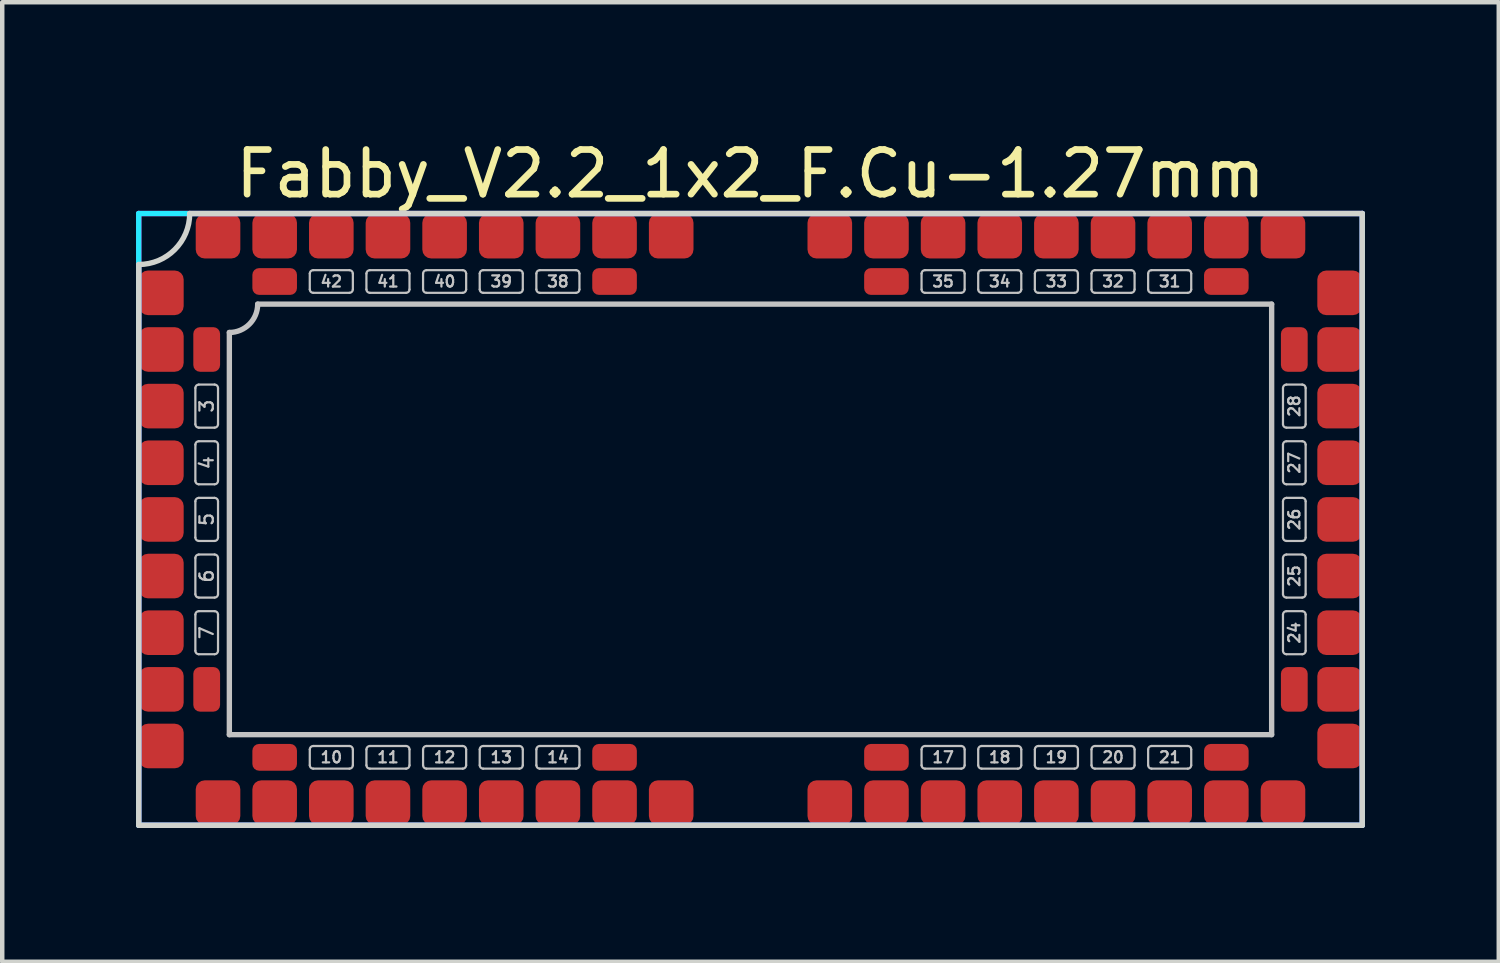
<source format=kicad_pcb>
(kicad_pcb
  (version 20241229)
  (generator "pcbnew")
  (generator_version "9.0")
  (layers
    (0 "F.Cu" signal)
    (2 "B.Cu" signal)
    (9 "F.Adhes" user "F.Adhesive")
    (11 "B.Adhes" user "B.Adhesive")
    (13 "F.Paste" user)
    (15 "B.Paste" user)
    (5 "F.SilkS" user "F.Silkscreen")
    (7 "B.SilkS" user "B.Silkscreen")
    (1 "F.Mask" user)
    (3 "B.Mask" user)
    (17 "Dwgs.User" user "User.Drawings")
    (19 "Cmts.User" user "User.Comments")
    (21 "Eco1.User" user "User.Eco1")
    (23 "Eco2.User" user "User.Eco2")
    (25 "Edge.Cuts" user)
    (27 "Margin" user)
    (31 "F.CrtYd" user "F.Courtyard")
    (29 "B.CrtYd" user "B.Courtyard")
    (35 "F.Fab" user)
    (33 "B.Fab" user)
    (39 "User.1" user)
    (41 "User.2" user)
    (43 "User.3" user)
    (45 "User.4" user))
  (footprint "Fabby_V2.2_1x2_F.Cu-1.27mm"
    (layer "F.Cu")
    (at 13.776 8.595)
    (property "Reference" "Fabby_V2.2_1x2_F.Cu-1.27mm" (at 0 -7.747 0) (layer "F.SilkS") (effects (font (size 1 1) (thickness 0.15))))
    (attr through_hole)
    (fp_line (start -12.446 -2.134) (end -12.446 -2.946) (stroke (width 0.05) (type solid)) (layer "Dwgs.User"))
    (fp_line (start -12.446 -0.864) (end -12.446 -1.676) (stroke (width 0.05) (type solid)) (layer "Dwgs.User"))
    (fp_line (start -12.446 0.406) (end -12.446 -0.406) (stroke (width 0.05) (type solid)) (layer "Dwgs.User"))
    (fp_line (start -12.446 1.676) (end -12.446 0.864) (stroke (width 0.05) (type solid)) (layer "Dwgs.User"))
    (fp_line (start -12.446 2.946) (end -12.446 2.134) (stroke (width 0.05) (type solid)) (layer "Dwgs.User"))
    (fp_line (start -12.37 -3.023) (end -12.014 -3.023) (stroke (width 0.05) (type solid)) (layer "Dwgs.User"))
    (fp_line (start -12.37 -2.057) (end -12.014 -2.057) (stroke (width 0.05) (type solid)) (layer "Dwgs.User"))
    (fp_line (start -12.37 -1.753) (end -12.014 -1.753) (stroke (width 0.05) (type solid)) (layer "Dwgs.User"))
    (fp_line (start -12.37 -0.787) (end -12.014 -0.787) (stroke (width 0.05) (type solid)) (layer "Dwgs.User"))
    (fp_line (start -12.37 -0.483) (end -12.014 -0.483) (stroke (width 0.05) (type solid)) (layer "Dwgs.User"))
    (fp_line (start -12.37 0.483) (end -12.014 0.483) (stroke (width 0.05) (type solid)) (layer "Dwgs.User"))
    (fp_line (start -12.37 0.787) (end -12.014 0.787) (stroke (width 0.05) (type solid)) (layer "Dwgs.User"))
    (fp_line (start -12.37 1.753) (end -12.014 1.753) (stroke (width 0.05) (type solid)) (layer "Dwgs.User"))
    (fp_line (start -12.37 2.057) (end -12.014 2.057) (stroke (width 0.05) (type solid)) (layer "Dwgs.User"))
    (fp_line (start -12.37 3.023) (end -12.014 3.023) (stroke (width 0.05) (type solid)) (layer "Dwgs.User"))
    (fp_line (start -11.938 -2.134) (end -11.938 -2.946) (stroke (width 0.05) (type solid)) (layer "Dwgs.User"))
    (fp_line (start -11.938 -0.864) (end -11.938 -1.676) (stroke (width 0.05) (type solid)) (layer "Dwgs.User"))
    (fp_line (start -11.938 0.406) (end -11.938 -0.406) (stroke (width 0.05) (type solid)) (layer "Dwgs.User"))
    (fp_line (start -11.938 1.676) (end -11.938 0.864) (stroke (width 0.05) (type solid)) (layer "Dwgs.User"))
    (fp_line (start -11.938 2.946) (end -11.938 2.134) (stroke (width 0.05) (type solid)) (layer "Dwgs.User"))
    (fp_line (start -11.684 4.826) (end -11.684 -4.191) (stroke (width 0.12) (type solid)) (layer "Dwgs.User"))
    (fp_line (start -11.049 -4.826) (end 11.684 -4.826) (stroke (width 0.12) (type solid)) (layer "Dwgs.User"))
    (fp_line (start -9.881 -5.156) (end -9.881 -5.512) (stroke (width 0.05) (type solid)) (layer "Dwgs.User"))
    (fp_line (start -9.881 5.512) (end -9.881 5.156) (stroke (width 0.05) (type solid)) (layer "Dwgs.User"))
    (fp_line (start -8.992 -5.588) (end -9.804 -5.588) (stroke (width 0.05) (type solid)) (layer "Dwgs.User"))
    (fp_line (start -8.992 -5.08) (end -9.804 -5.08) (stroke (width 0.05) (type solid)) (layer "Dwgs.User"))
    (fp_line (start -8.992 5.08) (end -9.804 5.08) (stroke (width 0.05) (type solid)) (layer "Dwgs.User"))
    (fp_line (start -8.992 5.588) (end -9.804 5.588) (stroke (width 0.05) (type solid)) (layer "Dwgs.User"))
    (fp_line (start -8.915 -5.156) (end -8.915 -5.512) (stroke (width 0.05) (type solid)) (layer "Dwgs.User"))
    (fp_line (start -8.915 5.512) (end -8.915 5.156) (stroke (width 0.05) (type solid)) (layer "Dwgs.User"))
    (fp_line (start -8.611 -5.156) (end -8.611 -5.512) (stroke (width 0.05) (type solid)) (layer "Dwgs.User"))
    (fp_line (start -8.611 5.512) (end -8.611 5.156) (stroke (width 0.05) (type solid)) (layer "Dwgs.User"))
    (fp_line (start -7.722 -5.588) (end -8.534 -5.588) (stroke (width 0.05) (type solid)) (layer "Dwgs.User"))
    (fp_line (start -7.722 -5.08) (end -8.534 -5.08) (stroke (width 0.05) (type solid)) (layer "Dwgs.User"))
    (fp_line (start -7.722 5.08) (end -8.534 5.08) (stroke (width 0.05) (type solid)) (layer "Dwgs.User"))
    (fp_line (start -7.722 5.588) (end -8.534 5.588) (stroke (width 0.05) (type solid)) (layer "Dwgs.User"))
    (fp_line (start -7.645 -5.156) (end -7.645 -5.512) (stroke (width 0.05) (type solid)) (layer "Dwgs.User"))
    (fp_line (start -7.645 5.512) (end -7.645 5.156) (stroke (width 0.05) (type solid)) (layer "Dwgs.User"))
    (fp_line (start -7.341 -5.156) (end -7.341 -5.512) (stroke (width 0.05) (type solid)) (layer "Dwgs.User"))
    (fp_line (start -7.341 5.512) (end -7.341 5.156) (stroke (width 0.05) (type solid)) (layer "Dwgs.User"))
    (fp_line (start -6.452 -5.588) (end -7.264 -5.588) (stroke (width 0.05) (type solid)) (layer "Dwgs.User"))
    (fp_line (start -6.452 -5.08) (end -7.264 -5.08) (stroke (width 0.05) (type solid)) (layer "Dwgs.User"))
    (fp_line (start -6.452 5.08) (end -7.264 5.08) (stroke (width 0.05) (type solid)) (layer "Dwgs.User"))
    (fp_line (start -6.452 5.588) (end -7.264 5.588) (stroke (width 0.05) (type solid)) (layer "Dwgs.User"))
    (fp_line (start -6.375 -5.156) (end -6.375 -5.512) (stroke (width 0.05) (type solid)) (layer "Dwgs.User"))
    (fp_line (start -6.375 5.512) (end -6.375 5.156) (stroke (width 0.05) (type solid)) (layer "Dwgs.User"))
    (fp_line (start -6.071 -5.156) (end -6.071 -5.512) (stroke (width 0.05) (type solid)) (layer "Dwgs.User"))
    (fp_line (start -6.071 5.512) (end -6.071 5.156) (stroke (width 0.05) (type solid)) (layer "Dwgs.User"))
    (fp_line (start -5.182 -5.588) (end -5.994 -5.588) (stroke (width 0.05) (type solid)) (layer "Dwgs.User"))
    (fp_line (start -5.182 -5.08) (end -5.994 -5.08) (stroke (width 0.05) (type solid)) (layer "Dwgs.User"))
    (fp_line (start -5.182 5.08) (end -5.994 5.08) (stroke (width 0.05) (type solid)) (layer "Dwgs.User"))
    (fp_line (start -5.182 5.588) (end -5.994 5.588) (stroke (width 0.05) (type solid)) (layer "Dwgs.User"))
    (fp_line (start -5.105 -5.156) (end -5.105 -5.512) (stroke (width 0.05) (type solid)) (layer "Dwgs.User"))
    (fp_line (start -5.105 5.512) (end -5.105 5.156) (stroke (width 0.05) (type solid)) (layer "Dwgs.User"))
    (fp_line (start -4.801 -5.156) (end -4.801 -5.512) (stroke (width 0.05) (type solid)) (layer "Dwgs.User"))
    (fp_line (start -4.801 5.512) (end -4.801 5.156) (stroke (width 0.05) (type solid)) (layer "Dwgs.User"))
    (fp_line (start -3.912 -5.588) (end -4.724 -5.588) (stroke (width 0.05) (type solid)) (layer "Dwgs.User"))
    (fp_line (start -3.912 -5.08) (end -4.724 -5.08) (stroke (width 0.05) (type solid)) (layer "Dwgs.User"))
    (fp_line (start -3.912 5.08) (end -4.724 5.08) (stroke (width 0.05) (type solid)) (layer "Dwgs.User"))
    (fp_line (start -3.912 5.588) (end -4.724 5.588) (stroke (width 0.05) (type solid)) (layer "Dwgs.User"))
    (fp_line (start -3.835 -5.156) (end -3.835 -5.512) (stroke (width 0.05) (type solid)) (layer "Dwgs.User"))
    (fp_line (start -3.835 5.512) (end -3.835 5.156) (stroke (width 0.05) (type solid)) (layer "Dwgs.User"))
    (fp_line (start 3.835 -5.156) (end 3.835 -5.512) (stroke (width 0.05) (type solid)) (layer "Dwgs.User"))
    (fp_line (start 3.835 5.512) (end 3.835 5.156) (stroke (width 0.05) (type solid)) (layer "Dwgs.User"))
    (fp_line (start 4.724 -5.588) (end 3.912 -5.588) (stroke (width 0.05) (type solid)) (layer "Dwgs.User"))
    (fp_line (start 4.724 -5.08) (end 3.912 -5.08) (stroke (width 0.05) (type solid)) (layer "Dwgs.User"))
    (fp_line (start 4.724 5.08) (end 3.912 5.08) (stroke (width 0.05) (type solid)) (layer "Dwgs.User"))
    (fp_line (start 4.724 5.588) (end 3.912 5.588) (stroke (width 0.05) (type solid)) (layer "Dwgs.User"))
    (fp_line (start 4.801 -5.156) (end 4.801 -5.512) (stroke (width 0.05) (type solid)) (layer "Dwgs.User"))
    (fp_line (start 4.801 5.512) (end 4.801 5.156) (stroke (width 0.05) (type solid)) (layer "Dwgs.User"))
    (fp_line (start 5.105 -5.156) (end 5.105 -5.512) (stroke (width 0.05) (type solid)) (layer "Dwgs.User"))
    (fp_line (start 5.105 5.512) (end 5.105 5.156) (stroke (width 0.05) (type solid)) (layer "Dwgs.User"))
    (fp_line (start 5.994 -5.588) (end 5.182 -5.588) (stroke (width 0.05) (type solid)) (layer "Dwgs.User"))
    (fp_line (start 5.994 -5.08) (end 5.182 -5.08) (stroke (width 0.05) (type solid)) (layer "Dwgs.User"))
    (fp_line (start 5.994 5.08) (end 5.182 5.08) (stroke (width 0.05) (type solid)) (layer "Dwgs.User"))
    (fp_line (start 5.994 5.588) (end 5.182 5.588) (stroke (width 0.05) (type solid)) (layer "Dwgs.User"))
    (fp_line (start 6.071 -5.156) (end 6.071 -5.512) (stroke (width 0.05) (type solid)) (layer "Dwgs.User"))
    (fp_line (start 6.071 5.512) (end 6.071 5.156) (stroke (width 0.05) (type solid)) (layer "Dwgs.User"))
    (fp_line (start 6.375 -5.156) (end 6.375 -5.512) (stroke (width 0.05) (type solid)) (layer "Dwgs.User"))
    (fp_line (start 6.375 5.512) (end 6.375 5.156) (stroke (width 0.05) (type solid)) (layer "Dwgs.User"))
    (fp_line (start 7.264 -5.588) (end 6.452 -5.588) (stroke (width 0.05) (type solid)) (layer "Dwgs.User"))
    (fp_line (start 7.264 -5.08) (end 6.452 -5.08) (stroke (width 0.05) (type solid)) (layer "Dwgs.User"))
    (fp_line (start 7.264 5.08) (end 6.452 5.08) (stroke (width 0.05) (type solid)) (layer "Dwgs.User"))
    (fp_line (start 7.264 5.588) (end 6.452 5.588) (stroke (width 0.05) (type solid)) (layer "Dwgs.User"))
    (fp_line (start 7.341 -5.156) (end 7.341 -5.512) (stroke (width 0.05) (type solid)) (layer "Dwgs.User"))
    (fp_line (start 7.341 5.512) (end 7.341 5.156) (stroke (width 0.05) (type solid)) (layer "Dwgs.User"))
    (fp_line (start 7.645 -5.156) (end 7.645 -5.512) (stroke (width 0.05) (type solid)) (layer "Dwgs.User"))
    (fp_line (start 7.645 5.512) (end 7.645 5.156) (stroke (width 0.05) (type solid)) (layer "Dwgs.User"))
    (fp_line (start 8.534 -5.588) (end 7.722 -5.588) (stroke (width 0.05) (type solid)) (layer "Dwgs.User"))
    (fp_line (start 8.534 -5.08) (end 7.722 -5.08) (stroke (width 0.05) (type solid)) (layer "Dwgs.User"))
    (fp_line (start 8.534 5.08) (end 7.722 5.08) (stroke (width 0.05) (type solid)) (layer "Dwgs.User"))
    (fp_line (start 8.534 5.588) (end 7.722 5.588) (stroke (width 0.05) (type solid)) (layer "Dwgs.User"))
    (fp_line (start 8.611 -5.156) (end 8.611 -5.512) (stroke (width 0.05) (type solid)) (layer "Dwgs.User"))
    (fp_line (start 8.611 5.512) (end 8.611 5.156) (stroke (width 0.05) (type solid)) (layer "Dwgs.User"))
    (fp_line (start 8.915 -5.156) (end 8.915 -5.512) (stroke (width 0.05) (type solid)) (layer "Dwgs.User"))
    (fp_line (start 8.915 5.512) (end 8.915 5.156) (stroke (width 0.05) (type solid)) (layer "Dwgs.User"))
    (fp_line (start 9.804 -5.588) (end 8.992 -5.588) (stroke (width 0.05) (type solid)) (layer "Dwgs.User"))
    (fp_line (start 9.804 -5.08) (end 8.992 -5.08) (stroke (width 0.05) (type solid)) (layer "Dwgs.User"))
    (fp_line (start 9.804 5.08) (end 8.992 5.08) (stroke (width 0.05) (type solid)) (layer "Dwgs.User"))
    (fp_line (start 9.804 5.588) (end 8.992 5.588) (stroke (width 0.05) (type solid)) (layer "Dwgs.User"))
    (fp_line (start 9.881 -5.156) (end 9.881 -5.512) (stroke (width 0.05) (type solid)) (layer "Dwgs.User"))
    (fp_line (start 9.881 5.512) (end 9.881 5.156) (stroke (width 0.05) (type solid)) (layer "Dwgs.User"))
    (fp_line (start 11.684 -4.826) (end 11.684 4.826) (stroke (width 0.12) (type solid)) (layer "Dwgs.User"))
    (fp_line (start 11.684 4.826) (end -11.684 4.826) (stroke (width 0.12) (type solid)) (layer "Dwgs.User"))
    (fp_line (start 11.938 -2.134) (end 11.938 -2.946) (stroke (width 0.05) (type solid)) (layer "Dwgs.User"))
    (fp_line (start 11.938 -0.864) (end 11.938 -1.676) (stroke (width 0.05) (type solid)) (layer "Dwgs.User"))
    (fp_line (start 11.938 0.406) (end 11.938 -0.406) (stroke (width 0.05) (type solid)) (layer "Dwgs.User"))
    (fp_line (start 11.938 1.676) (end 11.938 0.864) (stroke (width 0.05) (type solid)) (layer "Dwgs.User"))
    (fp_line (start 11.938 2.946) (end 11.938 2.134) (stroke (width 0.05) (type solid)) (layer "Dwgs.User"))
    (fp_line (start 12.014 -3.023) (end 12.37 -3.023) (stroke (width 0.05) (type solid)) (layer "Dwgs.User"))
    (fp_line (start 12.014 -2.057) (end 12.37 -2.057) (stroke (width 0.05) (type solid)) (layer "Dwgs.User"))
    (fp_line (start 12.014 -1.753) (end 12.37 -1.753) (stroke (width 0.05) (type solid)) (layer "Dwgs.User"))
    (fp_line (start 12.014 -0.787) (end 12.37 -0.787) (stroke (width 0.05) (type solid)) (layer "Dwgs.User"))
    (fp_line (start 12.014 -0.483) (end 12.37 -0.483) (stroke (width 0.05) (type solid)) (layer "Dwgs.User"))
    (fp_line (start 12.014 0.483) (end 12.37 0.483) (stroke (width 0.05) (type solid)) (layer "Dwgs.User"))
    (fp_line (start 12.014 0.787) (end 12.37 0.787) (stroke (width 0.05) (type solid)) (layer "Dwgs.User"))
    (fp_line (start 12.014 1.753) (end 12.37 1.753) (stroke (width 0.05) (type solid)) (layer "Dwgs.User"))
    (fp_line (start 12.014 2.057) (end 12.37 2.057) (stroke (width 0.05) (type solid)) (layer "Dwgs.User"))
    (fp_line (start 12.014 3.023) (end 12.37 3.023) (stroke (width 0.05) (type solid)) (layer "Dwgs.User"))
    (fp_line (start 12.446 -2.134) (end 12.446 -2.946) (stroke (width 0.05) (type solid)) (layer "Dwgs.User"))
    (fp_line (start 12.446 -0.864) (end 12.446 -1.676) (stroke (width 0.05) (type solid)) (layer "Dwgs.User"))
    (fp_line (start 12.446 0.406) (end 12.446 -0.406) (stroke (width 0.05) (type solid)) (layer "Dwgs.User"))
    (fp_line (start 12.446 1.676) (end 12.446 0.864) (stroke (width 0.05) (type solid)) (layer "Dwgs.User"))
    (fp_line (start 12.446 2.946) (end 12.446 2.134) (stroke (width 0.05) (type solid)) (layer "Dwgs.User"))
    (fp_arc (start -12.446 -2.9464) (mid -12.423682 -3.000282) (end -12.3698 -3.0226) (stroke (width 0.05) (type solid)) (layer "Dwgs.User"))
    (fp_arc (start -12.446 -1.6764) (mid -12.423682 -1.730282) (end -12.3698 -1.7526) (stroke (width 0.05) (type solid)) (layer "Dwgs.User"))
    (fp_arc (start -12.446 -0.4064) (mid -12.423682 -0.460282) (end -12.3698 -0.4826) (stroke (width 0.05) (type solid)) (layer "Dwgs.User"))
    (fp_arc (start -12.446 0.8636) (mid -12.423682 0.809718) (end -12.3698 0.7874) (stroke (width 0.05) (type solid)) (layer "Dwgs.User"))
    (fp_arc (start -12.446 2.1336) (mid -12.423682 2.079718) (end -12.3698 2.0574) (stroke (width 0.05) (type solid)) (layer "Dwgs.User"))
    (fp_arc (start -12.3698 -2.0574) (mid -12.423682 -2.079718) (end -12.446 -2.1336) (stroke (width 0.05) (type solid)) (layer "Dwgs.User"))
    (fp_arc (start -12.3698 -0.7874) (mid -12.423682 -0.809718) (end -12.446 -0.8636) (stroke (width 0.05) (type solid)) (layer "Dwgs.User"))
    (fp_arc (start -12.3698 0.4826) (mid -12.423682 0.460282) (end -12.446 0.4064) (stroke (width 0.05) (type solid)) (layer "Dwgs.User"))
    (fp_arc (start -12.3698 1.7526) (mid -12.423682 1.730282) (end -12.446 1.6764) (stroke (width 0.05) (type solid)) (layer "Dwgs.User"))
    (fp_arc (start -12.3698 3.0226) (mid -12.423682 3.000282) (end -12.446 2.9464) (stroke (width 0.05) (type solid)) (layer "Dwgs.User"))
    (fp_arc (start -12.0142 -3.0226) (mid -11.960318 -3.000282) (end -11.938 -2.9464) (stroke (width 0.05) (type solid)) (layer "Dwgs.User"))
    (fp_arc (start -12.0142 -1.7526) (mid -11.960318 -1.730282) (end -11.938 -1.6764) (stroke (width 0.05) (type solid)) (layer "Dwgs.User"))
    (fp_arc (start -12.0142 -0.4826) (mid -11.960318 -0.460282) (end -11.938 -0.4064) (stroke (width 0.05) (type solid)) (layer "Dwgs.User"))
    (fp_arc (start -12.0142 0.7874) (mid -11.960318 0.809718) (end -11.938 0.8636) (stroke (width 0.05) (type solid)) (layer "Dwgs.User"))
    (fp_arc (start -12.0142 2.0574) (mid -11.960318 2.079718) (end -11.938 2.1336) (stroke (width 0.05) (type solid)) (layer "Dwgs.User"))
    (fp_arc (start -11.938 -2.1336) (mid -11.960318 -2.079718) (end -12.0142 -2.0574) (stroke (width 0.05) (type solid)) (layer "Dwgs.User"))
    (fp_arc (start -11.938 -0.8636) (mid -11.960318 -0.809718) (end -12.0142 -0.7874) (stroke (width 0.05) (type solid)) (layer "Dwgs.User"))
    (fp_arc (start -11.938 0.4064) (mid -11.960318 0.460282) (end -12.0142 0.4826) (stroke (width 0.05) (type solid)) (layer "Dwgs.User"))
    (fp_arc (start -11.938 1.6764) (mid -11.960318 1.730282) (end -12.0142 1.7526) (stroke (width 0.05) (type solid)) (layer "Dwgs.User"))
    (fp_arc (start -11.938 2.9464) (mid -11.960318 3.000282) (end -12.0142 3.0226) (stroke (width 0.05) (type solid)) (layer "Dwgs.User"))
    (fp_arc (start -11.049 -4.826) (mid -11.234987 -4.376987) (end -11.684 -4.191) (stroke (width 0.12) (type solid)) (layer "Dwgs.User"))
    (fp_arc (start -9.8806 -5.5118) (mid -9.858282 -5.565682) (end -9.8044 -5.588) (stroke (width 0.05) (type solid)) (layer "Dwgs.User"))
    (fp_arc (start -9.8806 5.1562) (mid -9.858282 5.102318) (end -9.8044 5.08) (stroke (width 0.05) (type solid)) (layer "Dwgs.User"))
    (fp_arc (start -9.8044 -5.08) (mid -9.858282 -5.102318) (end -9.8806 -5.1562) (stroke (width 0.05) (type solid)) (layer "Dwgs.User"))
    (fp_arc (start -9.8044 5.588) (mid -9.858282 5.565682) (end -9.8806 5.5118) (stroke (width 0.05) (type solid)) (layer "Dwgs.User"))
    (fp_arc (start -8.9916 -5.588) (mid -8.937718 -5.565682) (end -8.9154 -5.5118) (stroke (width 0.05) (type solid)) (layer "Dwgs.User"))
    (fp_arc (start -8.9916 5.08) (mid -8.937718 5.102318) (end -8.9154 5.1562) (stroke (width 0.05) (type solid)) (layer "Dwgs.User"))
    (fp_arc (start -8.9154 -5.1562) (mid -8.937718 -5.102318) (end -8.9916 -5.08) (stroke (width 0.05) (type solid)) (layer "Dwgs.User"))
    (fp_arc (start -8.9154 5.5118) (mid -8.937718 5.565682) (end -8.9916 5.588) (stroke (width 0.05) (type solid)) (layer "Dwgs.User"))
    (fp_arc (start -8.6106 -5.5118) (mid -8.588282 -5.565682) (end -8.5344 -5.588) (stroke (width 0.05) (type solid)) (layer "Dwgs.User"))
    (fp_arc (start -8.6106 5.1562) (mid -8.588282 5.102318) (end -8.5344 5.08) (stroke (width 0.05) (type solid)) (layer "Dwgs.User"))
    (fp_arc (start -8.5344 -5.08) (mid -8.588282 -5.102318) (end -8.6106 -5.1562) (stroke (width 0.05) (type solid)) (layer "Dwgs.User"))
    (fp_arc (start -8.5344 5.588) (mid -8.588282 5.565682) (end -8.6106 5.5118) (stroke (width 0.05) (type solid)) (layer "Dwgs.User"))
    (fp_arc (start -7.7216 -5.588) (mid -7.667718 -5.565682) (end -7.6454 -5.5118) (stroke (width 0.05) (type solid)) (layer "Dwgs.User"))
    (fp_arc (start -7.7216 5.08) (mid -7.667718 5.102318) (end -7.6454 5.1562) (stroke (width 0.05) (type solid)) (layer "Dwgs.User"))
    (fp_arc (start -7.6454 -5.1562) (mid -7.667718 -5.102318) (end -7.7216 -5.08) (stroke (width 0.05) (type solid)) (layer "Dwgs.User"))
    (fp_arc (start -7.6454 5.5118) (mid -7.667718 5.565682) (end -7.7216 5.588) (stroke (width 0.05) (type solid)) (layer "Dwgs.User"))
    (fp_arc (start -7.3406 -5.5118) (mid -7.318282 -5.565682) (end -7.2644 -5.588) (stroke (width 0.05) (type solid)) (layer "Dwgs.User"))
    (fp_arc (start -7.3406 5.1562) (mid -7.318282 5.102318) (end -7.2644 5.08) (stroke (width 0.05) (type solid)) (layer "Dwgs.User"))
    (fp_arc (start -7.2644 -5.08) (mid -7.318282 -5.102318) (end -7.3406 -5.1562) (stroke (width 0.05) (type solid)) (layer "Dwgs.User"))
    (fp_arc (start -7.2644 5.588) (mid -7.318282 5.565682) (end -7.3406 5.5118) (stroke (width 0.05) (type solid)) (layer "Dwgs.User"))
    (fp_arc (start -6.4516 -5.588) (mid -6.397718 -5.565682) (end -6.3754 -5.5118) (stroke (width 0.05) (type solid)) (layer "Dwgs.User"))
    (fp_arc (start -6.4516 5.08) (mid -6.397718 5.102318) (end -6.3754 5.1562) (stroke (width 0.05) (type solid)) (layer "Dwgs.User"))
    (fp_arc (start -6.3754 -5.1562) (mid -6.397718 -5.102318) (end -6.4516 -5.08) (stroke (width 0.05) (type solid)) (layer "Dwgs.User"))
    (fp_arc (start -6.3754 5.5118) (mid -6.397718 5.565682) (end -6.4516 5.588) (stroke (width 0.05) (type solid)) (layer "Dwgs.User"))
    (fp_arc (start -6.0706 -5.5118) (mid -6.048282 -5.565682) (end -5.9944 -5.588) (stroke (width 0.05) (type solid)) (layer "Dwgs.User"))
    (fp_arc (start -6.0706 5.1562) (mid -6.048282 5.102318) (end -5.9944 5.08) (stroke (width 0.05) (type solid)) (layer "Dwgs.User"))
    (fp_arc (start -5.9944 -5.08) (mid -6.048282 -5.102318) (end -6.0706 -5.1562) (stroke (width 0.05) (type solid)) (layer "Dwgs.User"))
    (fp_arc (start -5.9944 5.588) (mid -6.048282 5.565682) (end -6.0706 5.5118) (stroke (width 0.05) (type solid)) (layer "Dwgs.User"))
    (fp_arc (start -5.1816 -5.588) (mid -5.127718 -5.565682) (end -5.1054 -5.5118) (stroke (width 0.05) (type solid)) (layer "Dwgs.User"))
    (fp_arc (start -5.1816 5.08) (mid -5.127718 5.102318) (end -5.1054 5.1562) (stroke (width 0.05) (type solid)) (layer "Dwgs.User"))
    (fp_arc (start -5.1054 -5.1562) (mid -5.127718 -5.102318) (end -5.1816 -5.08) (stroke (width 0.05) (type solid)) (layer "Dwgs.User"))
    (fp_arc (start -5.1054 5.5118) (mid -5.127718 5.565682) (end -5.1816 5.588) (stroke (width 0.05) (type solid)) (layer "Dwgs.User"))
    (fp_arc (start -4.8006 -5.5118) (mid -4.778282 -5.565682) (end -4.7244 -5.588) (stroke (width 0.05) (type solid)) (layer "Dwgs.User"))
    (fp_arc (start -4.8006 5.1562) (mid -4.778282 5.102318) (end -4.7244 5.08) (stroke (width 0.05) (type solid)) (layer "Dwgs.User"))
    (fp_arc (start -4.7244 -5.08) (mid -4.778282 -5.102318) (end -4.8006 -5.1562) (stroke (width 0.05) (type solid)) (layer "Dwgs.User"))
    (fp_arc (start -4.7244 5.588) (mid -4.778282 5.565682) (end -4.8006 5.5118) (stroke (width 0.05) (type solid)) (layer "Dwgs.User"))
    (fp_arc (start -3.9116 -5.588) (mid -3.857718 -5.565682) (end -3.8354 -5.5118) (stroke (width 0.05) (type solid)) (layer "Dwgs.User"))
    (fp_arc (start -3.9116 5.08) (mid -3.857718 5.102318) (end -3.8354 5.1562) (stroke (width 0.05) (type solid)) (layer "Dwgs.User"))
    (fp_arc (start -3.8354 -5.1562) (mid -3.857718 -5.102318) (end -3.9116 -5.08) (stroke (width 0.05) (type solid)) (layer "Dwgs.User"))
    (fp_arc (start -3.8354 5.5118) (mid -3.857718 5.565682) (end -3.9116 5.588) (stroke (width 0.05) (type solid)) (layer "Dwgs.User"))
    (fp_arc (start 3.8354 -5.5118) (mid 3.857718 -5.565682) (end 3.9116 -5.588) (stroke (width 0.05) (type solid)) (layer "Dwgs.User"))
    (fp_arc (start 3.8354 5.1562) (mid 3.857718 5.102318) (end 3.9116 5.08) (stroke (width 0.05) (type solid)) (layer "Dwgs.User"))
    (fp_arc (start 3.9116 -5.08) (mid 3.857718 -5.102318) (end 3.8354 -5.1562) (stroke (width 0.05) (type solid)) (layer "Dwgs.User"))
    (fp_arc (start 3.9116 5.588) (mid 3.857718 5.565682) (end 3.8354 5.5118) (stroke (width 0.05) (type solid)) (layer "Dwgs.User"))
    (fp_arc (start 4.7244 -5.588) (mid 4.778282 -5.565682) (end 4.8006 -5.5118) (stroke (width 0.05) (type solid)) (layer "Dwgs.User"))
    (fp_arc (start 4.7244 5.08) (mid 4.778282 5.102318) (end 4.8006 5.1562) (stroke (width 0.05) (type solid)) (layer "Dwgs.User"))
    (fp_arc (start 4.8006 -5.1562) (mid 4.778282 -5.102318) (end 4.7244 -5.08) (stroke (width 0.05) (type solid)) (layer "Dwgs.User"))
    (fp_arc (start 4.8006 5.5118) (mid 4.778282 5.565682) (end 4.7244 5.588) (stroke (width 0.05) (type solid)) (layer "Dwgs.User"))
    (fp_arc (start 5.1054 -5.5118) (mid 5.127718 -5.565682) (end 5.1816 -5.588) (stroke (width 0.05) (type solid)) (layer "Dwgs.User"))
    (fp_arc (start 5.1054 5.1562) (mid 5.127718 5.102318) (end 5.1816 5.08) (stroke (width 0.05) (type solid)) (layer "Dwgs.User"))
    (fp_arc (start 5.1816 -5.08) (mid 5.127718 -5.102318) (end 5.1054 -5.1562) (stroke (width 0.05) (type solid)) (layer "Dwgs.User"))
    (fp_arc (start 5.1816 5.588) (mid 5.127718 5.565682) (end 5.1054 5.5118) (stroke (width 0.05) (type solid)) (layer "Dwgs.User"))
    (fp_arc (start 5.9944 -5.588) (mid 6.048282 -5.565682) (end 6.0706 -5.5118) (stroke (width 0.05) (type solid)) (layer "Dwgs.User"))
    (fp_arc (start 5.9944 5.08) (mid 6.048282 5.102318) (end 6.0706 5.1562) (stroke (width 0.05) (type solid)) (layer "Dwgs.User"))
    (fp_arc (start 6.0706 -5.1562) (mid 6.048282 -5.102318) (end 5.9944 -5.08) (stroke (width 0.05) (type solid)) (layer "Dwgs.User"))
    (fp_arc (start 6.0706 5.5118) (mid 6.048282 5.565682) (end 5.9944 5.588) (stroke (width 0.05) (type solid)) (layer "Dwgs.User"))
    (fp_arc (start 6.3754 -5.5118) (mid 6.397718 -5.565682) (end 6.4516 -5.588) (stroke (width 0.05) (type solid)) (layer "Dwgs.User"))
    (fp_arc (start 6.3754 5.1562) (mid 6.397718 5.102318) (end 6.4516 5.08) (stroke (width 0.05) (type solid)) (layer "Dwgs.User"))
    (fp_arc (start 6.4516 -5.08) (mid 6.397718 -5.102318) (end 6.3754 -5.1562) (stroke (width 0.05) (type solid)) (layer "Dwgs.User"))
    (fp_arc (start 6.4516 5.588) (mid 6.397718 5.565682) (end 6.3754 5.5118) (stroke (width 0.05) (type solid)) (layer "Dwgs.User"))
    (fp_arc (start 7.2644 -5.588) (mid 7.318282 -5.565682) (end 7.3406 -5.5118) (stroke (width 0.05) (type solid)) (layer "Dwgs.User"))
    (fp_arc (start 7.2644 5.08) (mid 7.318282 5.102318) (end 7.3406 5.1562) (stroke (width 0.05) (type solid)) (layer "Dwgs.User"))
    (fp_arc (start 7.3406 -5.1562) (mid 7.318282 -5.102318) (end 7.2644 -5.08) (stroke (width 0.05) (type solid)) (layer "Dwgs.User"))
    (fp_arc (start 7.3406 5.5118) (mid 7.318282 5.565682) (end 7.2644 5.588) (stroke (width 0.05) (type solid)) (layer "Dwgs.User"))
    (fp_arc (start 7.6454 -5.5118) (mid 7.667718 -5.565682) (end 7.7216 -5.588) (stroke (width 0.05) (type solid)) (layer "Dwgs.User"))
    (fp_arc (start 7.6454 5.1562) (mid 7.667718 5.102318) (end 7.7216 5.08) (stroke (width 0.05) (type solid)) (layer "Dwgs.User"))
    (fp_arc (start 7.7216 -5.08) (mid 7.667718 -5.102318) (end 7.6454 -5.1562) (stroke (width 0.05) (type solid)) (layer "Dwgs.User"))
    (fp_arc (start 7.7216 5.588) (mid 7.667718 5.565682) (end 7.6454 5.5118) (stroke (width 0.05) (type solid)) (layer "Dwgs.User"))
    (fp_arc (start 8.5344 -5.588) (mid 8.588282 -5.565682) (end 8.6106 -5.5118) (stroke (width 0.05) (type solid)) (layer "Dwgs.User"))
    (fp_arc (start 8.5344 5.08) (mid 8.588282 5.102318) (end 8.6106 5.1562) (stroke (width 0.05) (type solid)) (layer "Dwgs.User"))
    (fp_arc (start 8.6106 -5.1562) (mid 8.588282 -5.102318) (end 8.5344 -5.08) (stroke (width 0.05) (type solid)) (layer "Dwgs.User"))
    (fp_arc (start 8.6106 5.5118) (mid 8.588282 5.565682) (end 8.5344 5.588) (stroke (width 0.05) (type solid)) (layer "Dwgs.User"))
    (fp_arc (start 8.9154 -5.5118) (mid 8.937718 -5.565682) (end 8.9916 -5.588) (stroke (width 0.05) (type solid)) (layer "Dwgs.User"))
    (fp_arc (start 8.9154 5.1562) (mid 8.937718 5.102318) (end 8.9916 5.08) (stroke (width 0.05) (type solid)) (layer "Dwgs.User"))
    (fp_arc (start 8.9916 -5.08) (mid 8.937718 -5.102318) (end 8.9154 -5.1562) (stroke (width 0.05) (type solid)) (layer "Dwgs.User"))
    (fp_arc (start 8.9916 5.588) (mid 8.937718 5.565682) (end 8.9154 5.5118) (stroke (width 0.05) (type solid)) (layer "Dwgs.User"))
    (fp_arc (start 9.8044 -5.588) (mid 9.858282 -5.565682) (end 9.8806 -5.5118) (stroke (width 0.05) (type solid)) (layer "Dwgs.User"))
    (fp_arc (start 9.8044 5.08) (mid 9.858282 5.102318) (end 9.8806 5.1562) (stroke (width 0.05) (type solid)) (layer "Dwgs.User"))
    (fp_arc (start 9.8806 -5.1562) (mid 9.858282 -5.102318) (end 9.8044 -5.08) (stroke (width 0.05) (type solid)) (layer "Dwgs.User"))
    (fp_arc (start 9.8806 5.5118) (mid 9.858282 5.565682) (end 9.8044 5.588) (stroke (width 0.05) (type solid)) (layer "Dwgs.User"))
    (fp_arc (start 11.938 -2.9464) (mid 11.960318 -3.000282) (end 12.0142 -3.0226) (stroke (width 0.05) (type solid)) (layer "Dwgs.User"))
    (fp_arc (start 11.938 -1.6764) (mid 11.960318 -1.730282) (end 12.0142 -1.7526) (stroke (width 0.05) (type solid)) (layer "Dwgs.User"))
    (fp_arc (start 11.938 -0.4064) (mid 11.960318 -0.460282) (end 12.0142 -0.4826) (stroke (width 0.05) (type solid)) (layer "Dwgs.User"))
    (fp_arc (start 11.938 0.8636) (mid 11.960318 0.809718) (end 12.0142 0.7874) (stroke (width 0.05) (type solid)) (layer "Dwgs.User"))
    (fp_arc (start 11.938 2.1336) (mid 11.960318 2.079718) (end 12.0142 2.0574) (stroke (width 0.05) (type solid)) (layer "Dwgs.User"))
    (fp_arc (start 12.0142 -2.0574) (mid 11.960318 -2.079718) (end 11.938 -2.1336) (stroke (width 0.05) (type solid)) (layer "Dwgs.User"))
    (fp_arc (start 12.0142 -0.7874) (mid 11.960318 -0.809718) (end 11.938 -0.8636) (stroke (width 0.05) (type solid)) (layer "Dwgs.User"))
    (fp_arc (start 12.0142 0.4826) (mid 11.960318 0.460282) (end 11.938 0.4064) (stroke (width 0.05) (type solid)) (layer "Dwgs.User"))
    (fp_arc (start 12.0142 1.7526) (mid 11.960318 1.730282) (end 11.938 1.6764) (stroke (width 0.05) (type solid)) (layer "Dwgs.User"))
    (fp_arc (start 12.0142 3.0226) (mid 11.960318 3.000282) (end 11.938 2.9464) (stroke (width 0.05) (type solid)) (layer "Dwgs.User"))
    (fp_arc (start 12.3698 -3.0226) (mid 12.423682 -3.000282) (end 12.446 -2.9464) (stroke (width 0.05) (type solid)) (layer "Dwgs.User"))
    (fp_arc (start 12.3698 -1.7526) (mid 12.423682 -1.730282) (end 12.446 -1.6764) (stroke (width 0.05) (type solid)) (layer "Dwgs.User"))
    (fp_arc (start 12.3698 -0.4826) (mid 12.423682 -0.460282) (end 12.446 -0.4064) (stroke (width 0.05) (type solid)) (layer "Dwgs.User"))
    (fp_arc (start 12.3698 0.7874) (mid 12.423682 0.809718) (end 12.446 0.8636) (stroke (width 0.05) (type solid)) (layer "Dwgs.User"))
    (fp_arc (start 12.3698 2.0574) (mid 12.423682 2.079718) (end 12.446 2.1336) (stroke (width 0.05) (type solid)) (layer "Dwgs.User"))
    (fp_arc (start 12.446 -2.1336) (mid 12.423682 -2.079718) (end 12.3698 -2.0574) (stroke (width 0.05) (type solid)) (layer "Dwgs.User"))
    (fp_arc (start 12.446 -0.8636) (mid 12.423682 -0.809718) (end 12.3698 -0.7874) (stroke (width 0.05) (type solid)) (layer "Dwgs.User"))
    (fp_arc (start 12.446 0.4064) (mid 12.423682 0.460282) (end 12.3698 0.4826) (stroke (width 0.05) (type solid)) (layer "Dwgs.User"))
    (fp_arc (start 12.446 1.6764) (mid 12.423682 1.730282) (end 12.3698 1.7526) (stroke (width 0.05) (type solid)) (layer "Dwgs.User"))
    (fp_arc (start 12.446 2.9464) (mid 12.423682 3.000282) (end 12.3698 3.0226) (stroke (width 0.05) (type solid)) (layer "Dwgs.User"))
    (fp_line (start -13.716 -5.715) (end -13.716 6.858) (stroke (width 0.12) (type solid)) (layer "Edge.Cuts"))
    (fp_line (start -13.716 6.858) (end 13.716 6.858) (stroke (width 0.12) (type solid)) (layer "Edge.Cuts"))
    (fp_line (start -12.573 -6.858) (end 13.716 -6.858) (stroke (width 0.12) (type solid)) (layer "Edge.Cuts"))
    (fp_line (start 13.716 -6.858) (end 13.716 6.858) (stroke (width 0.12) (type solid)) (layer "Edge.Cuts"))
    (fp_arc (start -12.573 -6.858) (mid -12.907777 -6.049777) (end -13.716 -5.715) (stroke (width 0.12) (type solid)) (layer "Edge.Cuts"))
    (fp_line (start -13.716 -6.858) (end 13.716 -6.858) (stroke (width 0.12) (type solid)) (layer "B.CrtYd"))
    (fp_line (start -13.716 6.858) (end -13.716 -6.858) (stroke (width 0.12) (type solid)) (layer "B.CrtYd"))
    (fp_line (start 13.716 -6.858) (end 13.716 6.858) (stroke (width 0.12) (type solid)) (layer "B.CrtYd"))
    (fp_line (start 13.716 6.858) (end -13.716 6.858) (stroke (width 0.12) (type solid)) (layer "B.CrtYd"))
    (fp_line (start -13.716 -6.858) (end 13.716 -6.858) (stroke (width 0.12) (type solid)) (layer "F.CrtYd"))
    (fp_line (start -13.716 6.858) (end -13.716 -6.858) (stroke (width 0.12) (type solid)) (layer "F.CrtYd"))
    (fp_line (start 13.716 -6.858) (end 13.716 6.858) (stroke (width 0.12) (type solid)) (layer "F.CrtYd"))
    (fp_line (start 13.716 6.858) (end -13.716 6.858) (stroke (width 0.12) (type solid)) (layer "F.CrtYd"))
    (fp_text user "27" (at 12.192 -1.27 270) (layer "Dwgs.User") (effects (font (size 0.25 0.25) (thickness 0.05))))
    (fp_text user "12" (at -6.858 5.334 0) (layer "Dwgs.User") (effects (font (size 0.25 0.25) (thickness 0.05))))
    (fp_text user "39" (at -5.588 -5.334 0) (layer "Dwgs.User") (effects (font (size 0.25 0.25) (thickness 0.05))))
    (fp_text user "40" (at -6.858 -5.334 0) (layer "Dwgs.User") (effects (font (size 0.25 0.25) (thickness 0.05))))
    (fp_text user "6" (at -12.192 1.27 90) (layer "Dwgs.User") (effects (font (size 0.3 0.3) (thickness 0.05))))
    (fp_text user "42" (at -9.398 -5.334 0) (layer "Dwgs.User") (effects (font (size 0.25 0.25) (thickness 0.05))))
    (fp_text user "38" (at -4.318 -5.334 0) (layer "Dwgs.User") (effects (font (size 0.25 0.25) (thickness 0.05))))
    (fp_text user "35" (at 4.318 -5.334 0) (layer "Dwgs.User") (effects (font (size 0.25 0.25) (thickness 0.05))))
    (fp_text user "25" (at 12.192 1.27 270) (layer "Dwgs.User") (effects (font (size 0.25 0.25) (thickness 0.05))))
    (fp_text user "13" (at -5.588 5.334 0) (layer "Dwgs.User") (effects (font (size 0.25 0.25) (thickness 0.05))))
    (fp_text user "4" (at -12.192 -1.27 90) (layer "Dwgs.User") (effects (font (size 0.3 0.3) (thickness 0.05))))
    (fp_text user "7" (at -12.192 2.54 90) (layer "Dwgs.User") (effects (font (size 0.3 0.3) (thickness 0.05))))
    (fp_text user "21" (at 9.398 5.334 0) (layer "Dwgs.User") (effects (font (size 0.25 0.25) (thickness 0.05))))
    (fp_text user "26" (at 12.192 0 270) (layer "Dwgs.User") (effects (font (size 0.25 0.25) (thickness 0.05))))
    (fp_text user "24" (at 12.192 2.54 270) (layer "Dwgs.User") (effects (font (size 0.25 0.25) (thickness 0.05))))
    (fp_text user "20" (at 8.128 5.334 0) (layer "Dwgs.User") (effects (font (size 0.25 0.25) (thickness 0.05))))
    (fp_text user "33" (at 6.858 -5.334 0) (layer "Dwgs.User") (effects (font (size 0.25 0.25) (thickness 0.05))))
    (fp_text user "28" (at 12.192 -2.54 270) (layer "Dwgs.User") (effects (font (size 0.25 0.25) (thickness 0.05))))
    (fp_text user "34" (at 5.588 -5.334 0) (layer "Dwgs.User") (effects (font (size 0.25 0.25) (thickness 0.05))))
    (fp_text user "5" (at -12.192 0 90) (layer "Dwgs.User") (effects (font (size 0.3 0.3) (thickness 0.05))))
    (fp_text user "41" (at -8.128 -5.334 0) (layer "Dwgs.User") (effects (font (size 0.25 0.25) (thickness 0.05))))
    (fp_text user "11" (at -8.128 5.334 0) (layer "Dwgs.User") (effects (font (size 0.25 0.25) (thickness 0.05))))
    (fp_text user "32" (at 8.128 -5.334 0) (layer "Dwgs.User") (effects (font (size 0.25 0.25) (thickness 0.05))))
    (fp_text user "19" (at 6.858 5.334 0) (layer "Dwgs.User") (effects (font (size 0.25 0.25) (thickness 0.05))))
    (fp_text user "3" (at -12.192 -2.54 90) (layer "Dwgs.User") (effects (font (size 0.3 0.3) (thickness 0.05))))
    (fp_text user "17" (at 4.318 5.334 0) (layer "Dwgs.User") (effects (font (size 0.25 0.25) (thickness 0.05))))
    (fp_text user "10" (at -9.398 5.334 0) (layer "Dwgs.User") (effects (font (size 0.25 0.25) (thickness 0.05))))
    (fp_text user "14" (at -4.318 5.334 0) (layer "Dwgs.User") (effects (font (size 0.25 0.25) (thickness 0.05))))
    (fp_text user "31" (at 9.398 -5.334 0) (layer "Dwgs.User") (effects (font (size 0.25 0.25) (thickness 0.05))))
    (fp_text user "18" (at 5.588 5.334 0) (layer "Dwgs.User") (effects (font (size 0.25 0.25) (thickness 0.05))))
    (pad "" smd roundrect (at -13.208 -3.81 270) (size 1 1) (layers "F.Cu" "F.Mask" "F.Paste") (roundrect_rratio 0.2))
    (pad "" smd roundrect (at -13.208 3.81 270) (size 1 1) (layers "F.Cu" "F.Mask" "F.Paste") (roundrect_rratio 0.2))
    (pad "" smd roundrect (at -10.668 -6.35 270) (size 1 1) (layers "F.Cu" "F.Mask" "F.Paste") (roundrect_rratio 0.2))
    (pad "" smd roundrect (at -10.668 6.35 270) (size 1 1) (layers "F.Cu" "F.Mask" "F.Paste") (roundrect_rratio 0.2))
    (pad "" smd roundrect (at -3.048 -6.35 270) (size 1 1) (layers "F.Cu" "F.Mask" "F.Paste") (roundrect_rratio 0.2))
    (pad "" smd roundrect (at -3.048 6.35 270) (size 1 1) (layers "F.Cu" "F.Mask" "F.Paste") (roundrect_rratio 0.2))
    (pad "" smd roundrect (at 3.048 -6.35 270) (size 1 1) (layers "F.Cu" "F.Mask" "F.Paste") (roundrect_rratio 0.2))
    (pad "" smd roundrect (at 3.048 6.35 270) (size 1 1) (layers "F.Cu" "F.Mask" "F.Paste") (roundrect_rratio 0.2))
    (pad "" smd roundrect (at 10.668 -6.35 270) (size 1 1) (layers "F.Cu" "F.Mask" "F.Paste") (roundrect_rratio 0.2))
    (pad "" smd roundrect (at 10.668 6.35 270) (size 1 1) (layers "F.Cu" "F.Mask" "F.Paste") (roundrect_rratio 0.2))
    (pad "" smd roundrect (at 13.208 -3.81 270) (size 1 1) (layers "F.Cu" "F.Mask" "F.Paste") (roundrect_rratio 0.2))
    (pad "" smd roundrect (at 13.208 3.81 270) (size 1 1) (layers "F.Cu" "F.Mask" "F.Paste") (roundrect_rratio 0.2))
    (pad "1" smd roundrect (at -13.208 -5.08 270) (size 1 1) (layers "F.Cu" "F.Mask" "F.Paste") (roundrect_rratio 0.2))
    (pad "1" smd roundrect (at -13.208 5.08 270) (size 1 1) (layers "F.Cu" "F.Mask" "F.Paste") (roundrect_rratio 0.2))
    (pad "1" smd roundrect (at -11.938 -6.35 270) (size 1 1) (layers "F.Cu" "F.Mask" "F.Paste") (roundrect_rratio 0.2))
    (pad "1" smd roundrect (at -11.938 6.35 270) (size 1 1) (layers "F.Cu" "F.Mask" "F.Paste") (roundrect_rratio 0.2))
    (pad "1" smd roundrect (at -1.778 -6.35 270) (size 1 1) (layers "F.Cu" "F.Mask" "F.Paste") (roundrect_rratio 0.2))
    (pad "1" smd roundrect (at -1.778 6.35 270) (size 1 1) (layers "F.Cu" "F.Mask" "F.Paste") (roundrect_rratio 0.2))
    (pad "1" smd roundrect (at 1.778 -6.35 270) (size 1 1) (layers "F.Cu" "F.Mask" "F.Paste") (roundrect_rratio 0.2))
    (pad "1" smd roundrect (at 1.778 6.35 270) (size 1 1) (layers "F.Cu" "F.Mask" "F.Paste") (roundrect_rratio 0.2))
    (pad "1" smd roundrect (at 11.938 -6.35 270) (size 1 1) (layers "F.Cu" "F.Mask" "F.Paste") (roundrect_rratio 0.2))
    (pad "1" smd roundrect (at 11.938 6.35 270) (size 1 1) (layers "F.Cu" "F.Mask" "F.Paste") (roundrect_rratio 0.2))
    (pad "1" smd roundrect (at 13.208 -5.08 270) (size 1 1) (layers "F.Cu" "F.Mask" "F.Paste") (roundrect_rratio 0.2))
    (pad "1" smd roundrect (at 13.208 5.08 270) (size 1 1) (layers "F.Cu" "F.Mask" "F.Paste") (roundrect_rratio 0.2))
    (pad "2" smd roundrect (at -12.192 -3.81) (size 0.6 1) (layers "F.Cu" "F.Mask" "F.Paste") (roundrect_rratio 0.25))
    (pad "3" smd roundrect (at -13.208 -2.54 270) (size 1 1) (layers "F.Cu" "F.Mask" "F.Paste") (roundrect_rratio 0.2))
    (pad "4" smd roundrect (at -13.208 -1.27 270) (size 1 1) (layers "F.Cu" "F.Mask" "F.Paste") (roundrect_rratio 0.2))
    (pad "5" smd roundrect (at -13.208 0 270) (size 1 1) (layers "F.Cu" "F.Mask" "F.Paste") (roundrect_rratio 0.2))
    (pad "6" smd roundrect (at -13.208 1.27 270) (size 1 1) (layers "F.Cu" "F.Mask" "F.Paste") (roundrect_rratio 0.2))
    (pad "7" smd roundrect (at -13.208 2.54 270) (size 1 1) (layers "F.Cu" "F.Mask" "F.Paste") (roundrect_rratio 0.2))
    (pad "8" smd roundrect (at -12.192 3.81) (size 0.6 1) (layers "F.Cu" "F.Mask" "F.Paste") (roundrect_rratio 0.25))
    (pad "9" smd roundrect (at -10.668 5.334 90) (size 0.6 1) (layers "F.Cu" "F.Mask" "F.Paste") (roundrect_rratio 0.25))
    (pad "10" smd roundrect (at -9.398 6.35 270) (size 1 1) (layers "F.Cu" "F.Mask" "F.Paste") (roundrect_rratio 0.2))
    (pad "11" smd roundrect (at -8.128 6.35 270) (size 1 1) (layers "F.Cu" "F.Mask" "F.Paste") (roundrect_rratio 0.2))
    (pad "12" smd roundrect (at -6.858 6.35 270) (size 1 1) (layers "F.Cu" "F.Mask" "F.Paste") (roundrect_rratio 0.2))
    (pad "13" smd roundrect (at -5.588 6.35 270) (size 1 1) (layers "F.Cu" "F.Mask" "F.Paste") (roundrect_rratio 0.2))
    (pad "14" smd roundrect (at -4.318 6.35 270) (size 1 1) (layers "F.Cu" "F.Mask" "F.Paste") (roundrect_rratio 0.2))
    (pad "15" smd roundrect (at -3.048 5.334 90) (size 0.6 1) (layers "F.Cu" "F.Mask" "F.Paste") (roundrect_rratio 0.25))
    (pad "16" smd roundrect (at 3.048 5.334 90) (size 0.6 1) (layers "F.Cu" "F.Mask" "F.Paste") (roundrect_rratio 0.25))
    (pad "17" smd roundrect (at 4.318 6.35 270) (size 1 1) (layers "F.Cu" "F.Mask" "F.Paste") (roundrect_rratio 0.2))
    (pad "18" smd roundrect (at 5.588 6.35 270) (size 1 1) (layers "F.Cu" "F.Mask" "F.Paste") (roundrect_rratio 0.2))
    (pad "19" smd roundrect (at 6.858 6.35 270) (size 1 1) (layers "F.Cu" "F.Mask" "F.Paste") (roundrect_rratio 0.2))
    (pad "20" smd roundrect (at 8.128 6.35 270) (size 1 1) (layers "F.Cu" "F.Mask" "F.Paste") (roundrect_rratio 0.2))
    (pad "21" smd roundrect (at 9.398 6.35 270) (size 1 1) (layers "F.Cu" "F.Mask" "F.Paste") (roundrect_rratio 0.2))
    (pad "22" smd roundrect (at 10.668 5.334 90) (size 0.6 1) (layers "F.Cu" "F.Mask" "F.Paste") (roundrect_rratio 0.25))
    (pad "23" smd roundrect (at 12.192 3.81 180) (size 0.6 1) (layers "F.Cu" "F.Mask" "F.Paste") (roundrect_rratio 0.25))
    (pad "24" smd roundrect (at 13.208 2.54 270) (size 1 1) (layers "F.Cu" "F.Mask" "F.Paste") (roundrect_rratio 0.2))
    (pad "25" smd roundrect (at 13.208 1.27 270) (size 1 1) (layers "F.Cu" "F.Mask" "F.Paste") (roundrect_rratio 0.2))
    (pad "26" smd roundrect (at 13.208 0 270) (size 1 1) (layers "F.Cu" "F.Mask" "F.Paste") (roundrect_rratio 0.2))
    (pad "27" smd roundrect (at 13.208 -1.27 270) (size 1 1) (layers "F.Cu" "F.Mask" "F.Paste") (roundrect_rratio 0.2))
    (pad "28" smd roundrect (at 13.208 -2.54 270) (size 1 1) (layers "F.Cu" "F.Mask" "F.Paste") (roundrect_rratio 0.2))
    (pad "29" smd roundrect (at 12.192 -3.81 180) (size 0.6 1) (layers "F.Cu" "F.Mask" "F.Paste") (roundrect_rratio 0.25))
    (pad "30" smd roundrect (at 10.668 -5.334 270) (size 0.6 1) (layers "F.Cu" "F.Mask" "F.Paste") (roundrect_rratio 0.25))
    (pad "31" smd roundrect (at 9.398 -6.35 270) (size 1 1) (layers "F.Cu" "F.Mask" "F.Paste") (roundrect_rratio 0.2))
    (pad "32" smd roundrect (at 8.128 -6.35 270) (size 1 1) (layers "F.Cu" "F.Mask" "F.Paste") (roundrect_rratio 0.2))
    (pad "33" smd roundrect (at 6.858 -6.35 270) (size 1 1) (layers "F.Cu" "F.Mask" "F.Paste") (roundrect_rratio 0.2))
    (pad "34" smd roundrect (at 5.588 -6.35 270) (size 1 1) (layers "F.Cu" "F.Mask" "F.Paste") (roundrect_rratio 0.2))
    (pad "35" smd roundrect (at 4.318 -6.35 270) (size 1 1) (layers "F.Cu" "F.Mask" "F.Paste") (roundrect_rratio 0.2))
    (pad "36" smd roundrect (at 3.048 -5.334 270) (size 0.6 1) (layers "F.Cu" "F.Mask" "F.Paste") (roundrect_rratio 0.25))
    (pad "37" smd roundrect (at -3.048 -5.334 270) (size 0.6 1) (layers "F.Cu" "F.Mask" "F.Paste") (roundrect_rratio 0.25))
    (pad "38" smd roundrect (at -4.318 -6.35 270) (size 1 1) (layers "F.Cu" "F.Mask" "F.Paste") (roundrect_rratio 0.2))
    (pad "39" smd roundrect (at -5.588 -6.35 270) (size 1 1) (layers "F.Cu" "F.Mask" "F.Paste") (roundrect_rratio 0.2))
    (pad "40" smd roundrect (at -6.858 -6.35 270) (size 1 1) (layers "F.Cu" "F.Mask" "F.Paste") (roundrect_rratio 0.2))
    (pad "41" smd roundrect (at -8.128 -6.35 270) (size 1 1) (layers "F.Cu" "F.Mask" "F.Paste") (roundrect_rratio 0.2))
    (pad "42" smd roundrect (at -9.398 -6.35 270) (size 1 1) (layers "F.Cu" "F.Mask" "F.Paste") (roundrect_rratio 0.2))
    (pad "43" smd roundrect (at -10.668 -5.334 270) (size 0.6 1) (layers "F.Cu" "F.Mask" "F.Paste") (roundrect_rratio 0.25)))
  (gr_rect
    (start -3 -3)
    (end 30.552 18.513)
    (stroke (width 0.1) (type default))
    (fill no)
    (layer "Edge.Cuts")))
</source>
